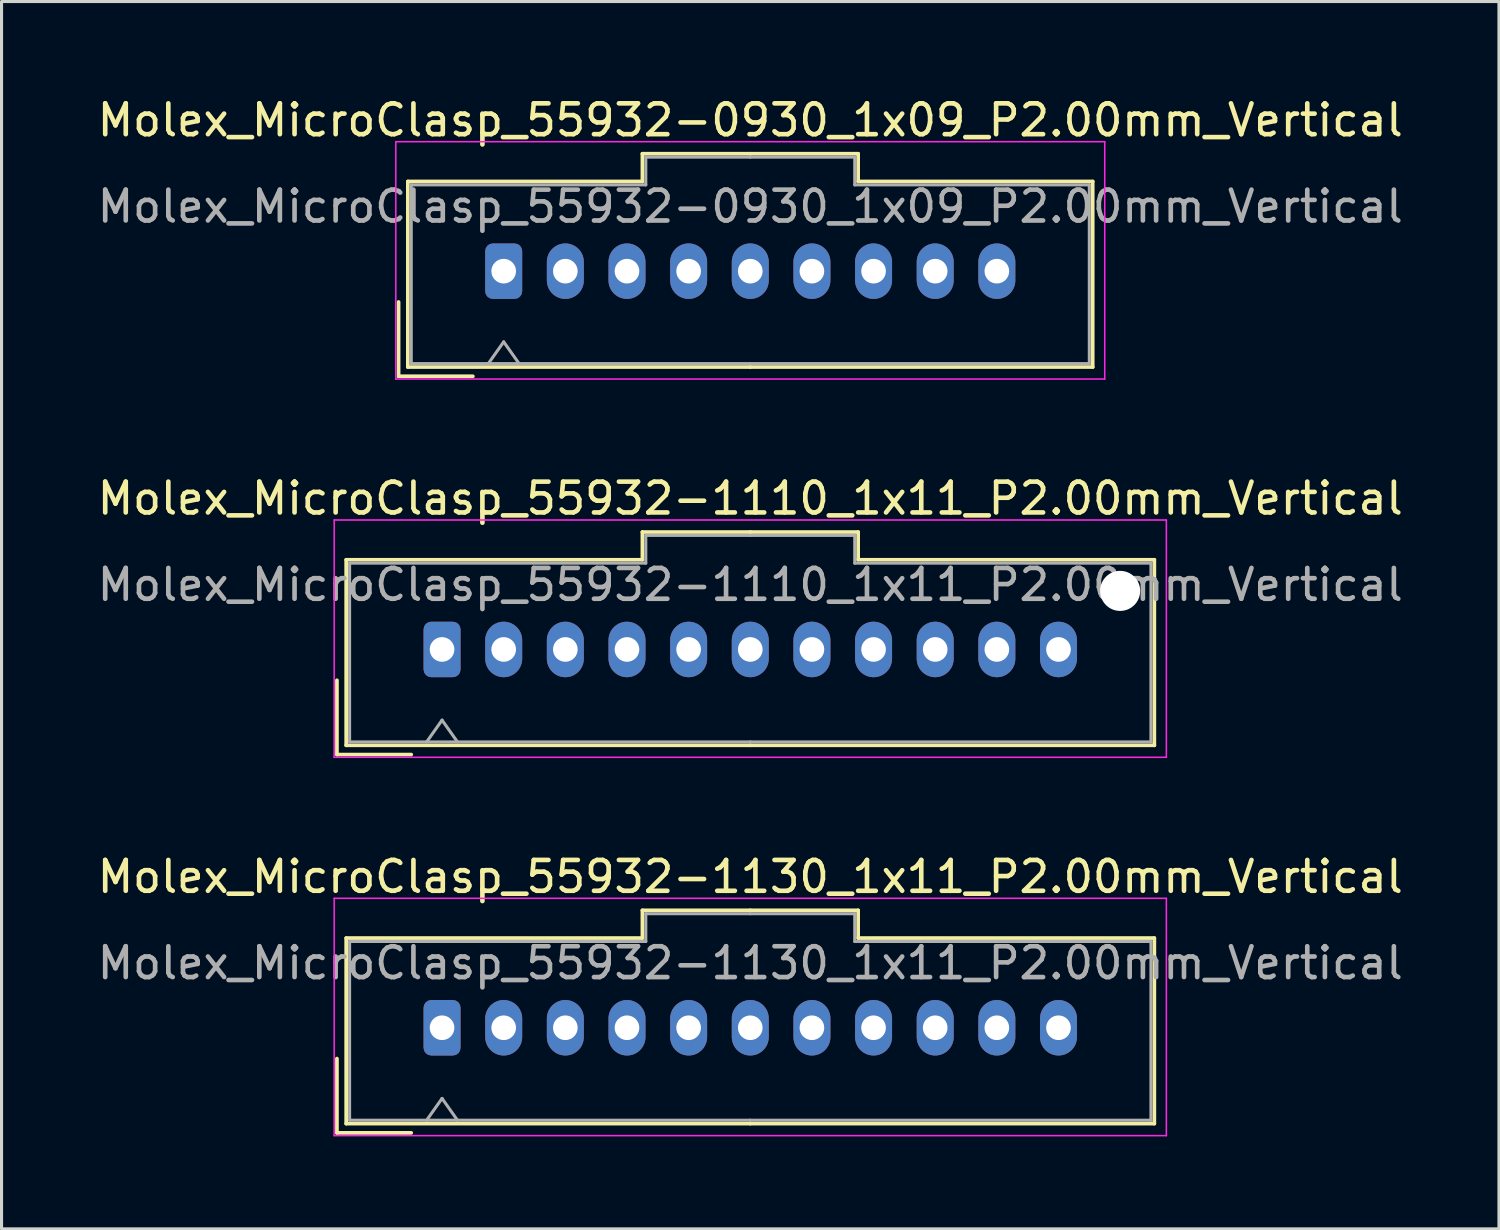
<source format=kicad_pcb>
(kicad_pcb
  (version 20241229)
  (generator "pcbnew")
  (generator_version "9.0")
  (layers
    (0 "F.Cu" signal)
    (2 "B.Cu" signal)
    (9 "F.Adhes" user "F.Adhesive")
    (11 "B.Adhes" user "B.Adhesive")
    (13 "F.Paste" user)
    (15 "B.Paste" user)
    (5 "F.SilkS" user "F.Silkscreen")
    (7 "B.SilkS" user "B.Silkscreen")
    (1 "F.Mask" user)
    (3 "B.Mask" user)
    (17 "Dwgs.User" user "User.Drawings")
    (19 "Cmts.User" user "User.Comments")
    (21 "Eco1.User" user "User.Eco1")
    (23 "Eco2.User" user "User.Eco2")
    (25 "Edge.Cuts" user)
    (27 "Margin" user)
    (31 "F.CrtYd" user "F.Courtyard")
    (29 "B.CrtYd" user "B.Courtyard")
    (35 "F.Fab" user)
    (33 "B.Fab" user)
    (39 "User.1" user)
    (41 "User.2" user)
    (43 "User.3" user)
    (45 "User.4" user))
  (footprint "Molex_MicroClasp_55932-1130_1x11_P2.00mm_Vertical"
    (layer "F.Cu")
    (at 11.292 30.295)
    (property "Reference" "Molex_MicroClasp_55932-1130_1x11_P2.00mm_Vertical" (at 10 -4.9 0) (layer "F.SilkS") (effects (font (size 1 1) (thickness 0.15))))
    (attr through_hole)
    (fp_line (start -3.41 1) (end -3.41 3.41) (stroke (width 0.12) (type solid)) (layer "F.SilkS"))
    (fp_line (start -3.41 3.41) (end -1 3.41) (stroke (width 0.12) (type solid)) (layer "F.SilkS"))
    (fp_line (start -3.11 -2.91) (end -3.11 3.11) (stroke (width 0.12) (type solid)) (layer "F.SilkS"))
    (fp_line (start -3.11 3.11) (end 10 3.11) (stroke (width 0.12) (type solid)) (layer "F.SilkS"))
    (fp_line (start 6.5 -3.81) (end 6.5 -2.91) (stroke (width 0.12) (type solid)) (layer "F.SilkS"))
    (fp_line (start 6.5 -2.91) (end -3.11 -2.91) (stroke (width 0.12) (type solid)) (layer "F.SilkS"))
    (fp_line (start 10 -3.81) (end 6.5 -3.81) (stroke (width 0.12) (type solid)) (layer "F.SilkS"))
    (fp_line (start 10 -3.81) (end 13.5 -3.81) (stroke (width 0.12) (type solid)) (layer "F.SilkS"))
    (fp_line (start 13.5 -3.81) (end 13.5 -2.91) (stroke (width 0.12) (type solid)) (layer "F.SilkS"))
    (fp_line (start 13.5 -2.91) (end 23.11 -2.91) (stroke (width 0.12) (type solid)) (layer "F.SilkS"))
    (fp_line (start 23.11 -2.91) (end 23.11 3.11) (stroke (width 0.12) (type solid)) (layer "F.SilkS"))
    (fp_line (start 23.11 3.11) (end 10 3.11) (stroke (width 0.12) (type solid)) (layer "F.SilkS"))
    (fp_line (start -3.5 -4.2) (end -3.5 3.5) (stroke (width 0.05) (type solid)) (layer "F.CrtYd"))
    (fp_line (start -3.5 3.5) (end 23.5 3.5) (stroke (width 0.05) (type solid)) (layer "F.CrtYd"))
    (fp_line (start 23.5 -4.2) (end -3.5 -4.2) (stroke (width 0.05) (type solid)) (layer "F.CrtYd"))
    (fp_line (start 23.5 3.5) (end 23.5 -4.2) (stroke (width 0.05) (type solid)) (layer "F.CrtYd"))
    (fp_line (start -3 -2.8) (end -3 3) (stroke (width 0.1) (type solid)) (layer "F.Fab"))
    (fp_line (start -3 3) (end 10 3) (stroke (width 0.1) (type solid)) (layer "F.Fab"))
    (fp_line (start -0.5 3) (end 0 2.293) (stroke (width 0.1) (type solid)) (layer "F.Fab"))
    (fp_line (start 0 2.293) (end 0.5 3) (stroke (width 0.1) (type solid)) (layer "F.Fab"))
    (fp_line (start 6.61 -3.7) (end 6.61 -2.8) (stroke (width 0.1) (type solid)) (layer "F.Fab"))
    (fp_line (start 6.61 -2.8) (end -3 -2.8) (stroke (width 0.1) (type solid)) (layer "F.Fab"))
    (fp_line (start 10 -3.7) (end 6.61 -3.7) (stroke (width 0.1) (type solid)) (layer "F.Fab"))
    (fp_line (start 10 -3.7) (end 13.39 -3.7) (stroke (width 0.1) (type solid)) (layer "F.Fab"))
    (fp_line (start 13.39 -3.7) (end 13.39 -2.8) (stroke (width 0.1) (type solid)) (layer "F.Fab"))
    (fp_line (start 13.39 -2.8) (end 23 -2.8) (stroke (width 0.1) (type solid)) (layer "F.Fab"))
    (fp_line (start 23 -2.8) (end 23 3) (stroke (width 0.1) (type solid)) (layer "F.Fab"))
    (fp_line (start 23 3) (end 10 3) (stroke (width 0.1) (type solid)) (layer "F.Fab"))
    (fp_text user "${REFERENCE}" (at 10 -2.1 0) (layer "F.Fab") (effects (font (size 1 1) (thickness 0.15))))
    (pad "1" thru_hole roundrect (at 0 0) (size 1.2 1.8) (drill 0.8) (layers "*.Cu" "*.Mask") (roundrect_rratio 0.208))
    (pad "2" thru_hole oval (at 2 0) (size 1.2 1.8) (drill 0.8) (layers "*.Cu" "*.Mask"))
    (pad "3" thru_hole oval (at 4 0) (size 1.2 1.8) (drill 0.8) (layers "*.Cu" "*.Mask"))
    (pad "4" thru_hole oval (at 6 0) (size 1.2 1.8) (drill 0.8) (layers "*.Cu" "*.Mask"))
    (pad "5" thru_hole oval (at 8 0) (size 1.2 1.8) (drill 0.8) (layers "*.Cu" "*.Mask"))
    (pad "6" thru_hole oval (at 10 0) (size 1.2 1.8) (drill 0.8) (layers "*.Cu" "*.Mask"))
    (pad "7" thru_hole oval (at 12 0) (size 1.2 1.8) (drill 0.8) (layers "*.Cu" "*.Mask"))
    (pad "8" thru_hole oval (at 14 0) (size 1.2 1.8) (drill 0.8) (layers "*.Cu" "*.Mask"))
    (pad "9" thru_hole oval (at 16 0) (size 1.2 1.8) (drill 0.8) (layers "*.Cu" "*.Mask"))
    (pad "10" thru_hole oval (at 18 0) (size 1.2 1.8) (drill 0.8) (layers "*.Cu" "*.Mask"))
    (pad "11" thru_hole oval (at 20 0) (size 1.2 1.8) (drill 0.8) (layers "*.Cu" "*.Mask")))
  (footprint "Molex_MicroClasp_55932-1110_1x11_P2.00mm_Vertical"
    (layer "F.Cu")
    (at 11.292 18.021)
    (property "Reference" "Molex_MicroClasp_55932-1110_1x11_P2.00mm_Vertical" (at 10 -4.9 0) (layer "F.SilkS") (effects (font (size 1 1) (thickness 0.15))))
    (attr through_hole)
    (fp_line (start -3.41 1) (end -3.41 3.41) (stroke (width 0.12) (type solid)) (layer "F.SilkS"))
    (fp_line (start -3.41 3.41) (end -1 3.41) (stroke (width 0.12) (type solid)) (layer "F.SilkS"))
    (fp_line (start -3.11 -2.91) (end -3.11 3.11) (stroke (width 0.12) (type solid)) (layer "F.SilkS"))
    (fp_line (start -3.11 3.11) (end 10 3.11) (stroke (width 0.12) (type solid)) (layer "F.SilkS"))
    (fp_line (start 6.5 -3.81) (end 6.5 -2.91) (stroke (width 0.12) (type solid)) (layer "F.SilkS"))
    (fp_line (start 6.5 -2.91) (end -3.11 -2.91) (stroke (width 0.12) (type solid)) (layer "F.SilkS"))
    (fp_line (start 10 -3.81) (end 6.5 -3.81) (stroke (width 0.12) (type solid)) (layer "F.SilkS"))
    (fp_line (start 10 -3.81) (end 13.5 -3.81) (stroke (width 0.12) (type solid)) (layer "F.SilkS"))
    (fp_line (start 13.5 -3.81) (end 13.5 -2.91) (stroke (width 0.12) (type solid)) (layer "F.SilkS"))
    (fp_line (start 13.5 -2.91) (end 23.11 -2.91) (stroke (width 0.12) (type solid)) (layer "F.SilkS"))
    (fp_line (start 23.11 -2.91) (end 23.11 3.11) (stroke (width 0.12) (type solid)) (layer "F.SilkS"))
    (fp_line (start 23.11 3.11) (end 10 3.11) (stroke (width 0.12) (type solid)) (layer "F.SilkS"))
    (fp_line (start -3.5 -4.2) (end -3.5 3.5) (stroke (width 0.05) (type solid)) (layer "F.CrtYd"))
    (fp_line (start -3.5 3.5) (end 23.5 3.5) (stroke (width 0.05) (type solid)) (layer "F.CrtYd"))
    (fp_line (start 23.5 -4.2) (end -3.5 -4.2) (stroke (width 0.05) (type solid)) (layer "F.CrtYd"))
    (fp_line (start 23.5 3.5) (end 23.5 -4.2) (stroke (width 0.05) (type solid)) (layer "F.CrtYd"))
    (fp_line (start -3 -2.8) (end -3 3) (stroke (width 0.1) (type solid)) (layer "F.Fab"))
    (fp_line (start -3 3) (end 10 3) (stroke (width 0.1) (type solid)) (layer "F.Fab"))
    (fp_line (start -0.5 3) (end 0 2.293) (stroke (width 0.1) (type solid)) (layer "F.Fab"))
    (fp_line (start 0 2.293) (end 0.5 3) (stroke (width 0.1) (type solid)) (layer "F.Fab"))
    (fp_line (start 6.61 -3.7) (end 6.61 -2.8) (stroke (width 0.1) (type solid)) (layer "F.Fab"))
    (fp_line (start 6.61 -2.8) (end -3 -2.8) (stroke (width 0.1) (type solid)) (layer "F.Fab"))
    (fp_line (start 10 -3.7) (end 6.61 -3.7) (stroke (width 0.1) (type solid)) (layer "F.Fab"))
    (fp_line (start 10 -3.7) (end 13.39 -3.7) (stroke (width 0.1) (type solid)) (layer "F.Fab"))
    (fp_line (start 13.39 -3.7) (end 13.39 -2.8) (stroke (width 0.1) (type solid)) (layer "F.Fab"))
    (fp_line (start 13.39 -2.8) (end 23 -2.8) (stroke (width 0.1) (type solid)) (layer "F.Fab"))
    (fp_line (start 23 -2.8) (end 23 3) (stroke (width 0.1) (type solid)) (layer "F.Fab"))
    (fp_line (start 23 3) (end 10 3) (stroke (width 0.1) (type solid)) (layer "F.Fab"))
    (fp_text user "${REFERENCE}" (at 10 -2.1 0) (layer "F.Fab") (effects (font (size 1 1) (thickness 0.15))))
    (pad "" np_thru_hole circle (at 22 -1.9) (size 1.3 1.3) (drill 1.3) (layers "*.Cu" "*.Mask"))
    (pad "1" thru_hole roundrect (at 0 0) (size 1.2 1.8) (drill 0.8) (layers "*.Cu" "*.Mask") (roundrect_rratio 0.208))
    (pad "2" thru_hole oval (at 2 0) (size 1.2 1.8) (drill 0.8) (layers "*.Cu" "*.Mask"))
    (pad "3" thru_hole oval (at 4 0) (size 1.2 1.8) (drill 0.8) (layers "*.Cu" "*.Mask"))
    (pad "4" thru_hole oval (at 6 0) (size 1.2 1.8) (drill 0.8) (layers "*.Cu" "*.Mask"))
    (pad "5" thru_hole oval (at 8 0) (size 1.2 1.8) (drill 0.8) (layers "*.Cu" "*.Mask"))
    (pad "6" thru_hole oval (at 10 0) (size 1.2 1.8) (drill 0.8) (layers "*.Cu" "*.Mask"))
    (pad "7" thru_hole oval (at 12 0) (size 1.2 1.8) (drill 0.8) (layers "*.Cu" "*.Mask"))
    (pad "8" thru_hole oval (at 14 0) (size 1.2 1.8) (drill 0.8) (layers "*.Cu" "*.Mask"))
    (pad "9" thru_hole oval (at 16 0) (size 1.2 1.8) (drill 0.8) (layers "*.Cu" "*.Mask"))
    (pad "10" thru_hole oval (at 18 0) (size 1.2 1.8) (drill 0.8) (layers "*.Cu" "*.Mask"))
    (pad "11" thru_hole oval (at 20 0) (size 1.2 1.8) (drill 0.8) (layers "*.Cu" "*.Mask")))
  (footprint "Molex_MicroClasp_55932-0930_1x09_P2.00mm_Vertical"
    (layer "F.Cu")
    (at 13.292 5.748)
    (property "Reference" "Molex_MicroClasp_55932-0930_1x09_P2.00mm_Vertical" (at 8 -4.9 0) (layer "F.SilkS") (effects (font (size 1 1) (thickness 0.15))))
    (attr through_hole)
    (fp_line (start -3.41 1) (end -3.41 3.41) (stroke (width 0.12) (type solid)) (layer "F.SilkS"))
    (fp_line (start -3.41 3.41) (end -1 3.41) (stroke (width 0.12) (type solid)) (layer "F.SilkS"))
    (fp_line (start -3.11 -2.91) (end -3.11 3.11) (stroke (width 0.12) (type solid)) (layer "F.SilkS"))
    (fp_line (start -3.11 3.11) (end 8 3.11) (stroke (width 0.12) (type solid)) (layer "F.SilkS"))
    (fp_line (start 4.5 -3.81) (end 4.5 -2.91) (stroke (width 0.12) (type solid)) (layer "F.SilkS"))
    (fp_line (start 4.5 -2.91) (end -3.11 -2.91) (stroke (width 0.12) (type solid)) (layer "F.SilkS"))
    (fp_line (start 8 -3.81) (end 4.5 -3.81) (stroke (width 0.12) (type solid)) (layer "F.SilkS"))
    (fp_line (start 8 -3.81) (end 11.5 -3.81) (stroke (width 0.12) (type solid)) (layer "F.SilkS"))
    (fp_line (start 11.5 -3.81) (end 11.5 -2.91) (stroke (width 0.12) (type solid)) (layer "F.SilkS"))
    (fp_line (start 11.5 -2.91) (end 19.11 -2.91) (stroke (width 0.12) (type solid)) (layer "F.SilkS"))
    (fp_line (start 19.11 -2.91) (end 19.11 3.11) (stroke (width 0.12) (type solid)) (layer "F.SilkS"))
    (fp_line (start 19.11 3.11) (end 8 3.11) (stroke (width 0.12) (type solid)) (layer "F.SilkS"))
    (fp_line (start -3.5 -4.2) (end -3.5 3.5) (stroke (width 0.05) (type solid)) (layer "F.CrtYd"))
    (fp_line (start -3.5 3.5) (end 19.5 3.5) (stroke (width 0.05) (type solid)) (layer "F.CrtYd"))
    (fp_line (start 19.5 -4.2) (end -3.5 -4.2) (stroke (width 0.05) (type solid)) (layer "F.CrtYd"))
    (fp_line (start 19.5 3.5) (end 19.5 -4.2) (stroke (width 0.05) (type solid)) (layer "F.CrtYd"))
    (fp_line (start -3 -2.8) (end -3 3) (stroke (width 0.1) (type solid)) (layer "F.Fab"))
    (fp_line (start -3 3) (end 8 3) (stroke (width 0.1) (type solid)) (layer "F.Fab"))
    (fp_line (start -0.5 3) (end 0 2.293) (stroke (width 0.1) (type solid)) (layer "F.Fab"))
    (fp_line (start 0 2.293) (end 0.5 3) (stroke (width 0.1) (type solid)) (layer "F.Fab"))
    (fp_line (start 4.61 -3.7) (end 4.61 -2.8) (stroke (width 0.1) (type solid)) (layer "F.Fab"))
    (fp_line (start 4.61 -2.8) (end -3 -2.8) (stroke (width 0.1) (type solid)) (layer "F.Fab"))
    (fp_line (start 8 -3.7) (end 4.61 -3.7) (stroke (width 0.1) (type solid)) (layer "F.Fab"))
    (fp_line (start 8 -3.7) (end 11.39 -3.7) (stroke (width 0.1) (type solid)) (layer "F.Fab"))
    (fp_line (start 11.39 -3.7) (end 11.39 -2.8) (stroke (width 0.1) (type solid)) (layer "F.Fab"))
    (fp_line (start 11.39 -2.8) (end 19 -2.8) (stroke (width 0.1) (type solid)) (layer "F.Fab"))
    (fp_line (start 19 -2.8) (end 19 3) (stroke (width 0.1) (type solid)) (layer "F.Fab"))
    (fp_line (start 19 3) (end 8 3) (stroke (width 0.1) (type solid)) (layer "F.Fab"))
    (fp_text user "${REFERENCE}" (at 8 -2.1 0) (layer "F.Fab") (effects (font (size 1 1) (thickness 0.15))))
    (pad "1" thru_hole roundrect (at 0 0) (size 1.2 1.8) (drill 0.8) (layers "*.Cu" "*.Mask") (roundrect_rratio 0.208))
    (pad "2" thru_hole oval (at 2 0) (size 1.2 1.8) (drill 0.8) (layers "*.Cu" "*.Mask"))
    (pad "3" thru_hole oval (at 4 0) (size 1.2 1.8) (drill 0.8) (layers "*.Cu" "*.Mask"))
    (pad "4" thru_hole oval (at 6 0) (size 1.2 1.8) (drill 0.8) (layers "*.Cu" "*.Mask"))
    (pad "5" thru_hole oval (at 8 0) (size 1.2 1.8) (drill 0.8) (layers "*.Cu" "*.Mask"))
    (pad "6" thru_hole oval (at 10 0) (size 1.2 1.8) (drill 0.8) (layers "*.Cu" "*.Mask"))
    (pad "7" thru_hole oval (at 12 0) (size 1.2 1.8) (drill 0.8) (layers "*.Cu" "*.Mask"))
    (pad "8" thru_hole oval (at 14 0) (size 1.2 1.8) (drill 0.8) (layers "*.Cu" "*.Mask"))
    (pad "9" thru_hole oval (at 16 0) (size 1.2 1.8) (drill 0.8) (layers "*.Cu" "*.Mask")))
  (gr_rect
    (start -3 -3)
    (end 45.583 36.82)
    (stroke (width 0.1) (type default))
    (fill no)
    (layer "Edge.Cuts")))
</source>
